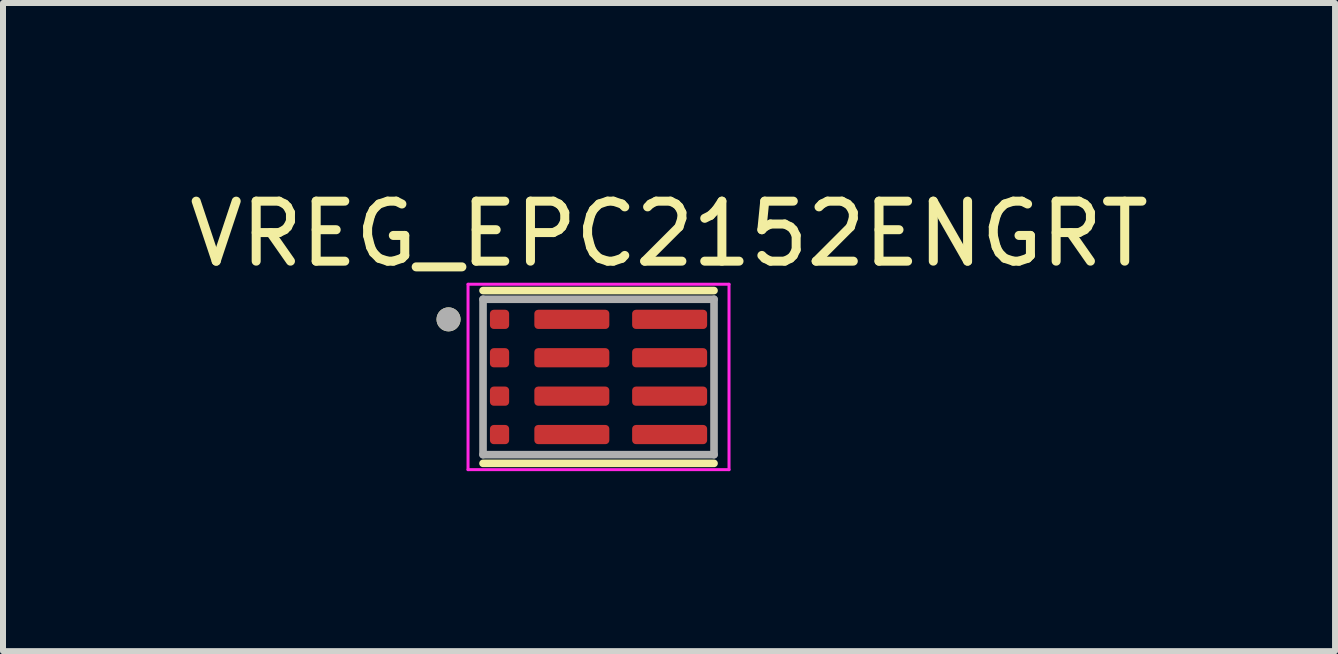
<source format=kicad_pcb>
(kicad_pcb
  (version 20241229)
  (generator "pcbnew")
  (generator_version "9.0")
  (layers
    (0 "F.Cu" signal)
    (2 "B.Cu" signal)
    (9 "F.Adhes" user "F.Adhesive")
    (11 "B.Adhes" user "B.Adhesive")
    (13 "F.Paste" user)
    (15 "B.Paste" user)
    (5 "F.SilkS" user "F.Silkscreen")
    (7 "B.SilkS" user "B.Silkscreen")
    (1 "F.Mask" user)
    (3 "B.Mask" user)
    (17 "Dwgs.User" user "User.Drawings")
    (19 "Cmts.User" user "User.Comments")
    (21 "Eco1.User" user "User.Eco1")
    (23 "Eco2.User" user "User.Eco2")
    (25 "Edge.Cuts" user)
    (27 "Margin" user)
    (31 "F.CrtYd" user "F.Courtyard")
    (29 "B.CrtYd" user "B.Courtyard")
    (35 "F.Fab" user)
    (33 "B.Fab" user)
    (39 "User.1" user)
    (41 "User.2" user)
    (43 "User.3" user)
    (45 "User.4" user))
  (footprint "VREG_EPC2152ENGRT"
    (layer "F.Cu")
    (at 6.926 3.233)
    (property "Reference" "VREG_EPC2152ENGRT" (at 1.175 -2.385 0) (layer "F.SilkS") (effects (font (size 1 1) (thickness 0.15))))
    (attr smd)
    (fp_poly (pts (xy -1.44 -1.06) (xy -1.44 -0.86) (xy -1.44 -0.854) (xy -1.441 -0.849) (xy -1.441 -0.843) (xy -1.442 -0.837) (xy -1.444 -0.832) (xy -1.445 -0.826) (xy -1.447 -0.821) (xy -1.45 -0.815) (xy -1.452 -0.81) (xy -1.455 -0.805) (xy -1.458 -0.8) (xy -1.461 -0.795) (xy -1.465 -0.791) (xy -1.468 -0.786) (xy -1.472 -0.782) (xy -1.476 -0.778) (xy -1.481 -0.775) (xy -1.485 -0.771) (xy -1.49 -0.768) (xy -1.495 -0.765) (xy -1.5 -0.762) (xy -1.505 -0.76) (xy -1.511 -0.757) (xy -1.516 -0.755) (xy -1.522 -0.754) (xy -1.527 -0.752) (xy -1.533 -0.751) (xy -1.539 -0.751) (xy -1.544 -0.75) (xy -1.55 -0.75) (xy -1.75 -0.75) (xy -1.756 -0.75) (xy -1.761 -0.751) (xy -1.767 -0.751) (xy -1.773 -0.752) (xy -1.778 -0.754) (xy -1.784 -0.755) (xy -1.789 -0.757) (xy -1.795 -0.76) (xy -1.8 -0.762) (xy -1.805 -0.765) (xy -1.81 -0.768) (xy -1.815 -0.771) (xy -1.819 -0.775) (xy -1.824 -0.778) (xy -1.828 -0.782) (xy -1.832 -0.786) (xy -1.835 -0.791) (xy -1.839 -0.795) (xy -1.842 -0.8) (xy -1.845 -0.805) (xy -1.848 -0.81) (xy -1.85 -0.815) (xy -1.853 -0.821) (xy -1.855 -0.826) (xy -1.856 -0.832) (xy -1.858 -0.837) (xy -1.859 -0.843) (xy -1.859 -0.849) (xy -1.86 -0.854) (xy -1.86 -0.86) (xy -1.86 -1.06) (xy -1.86 -1.066) (xy -1.859 -1.071) (xy -1.859 -1.077) (xy -1.858 -1.083) (xy -1.856 -1.088) (xy -1.855 -1.094) (xy -1.853 -1.099) (xy -1.85 -1.105) (xy -1.848 -1.11) (xy -1.845 -1.115) (xy -1.842 -1.12) (xy -1.839 -1.125) (xy -1.835 -1.129) (xy -1.832 -1.134) (xy -1.828 -1.138) (xy -1.824 -1.142) (xy -1.819 -1.145) (xy -1.815 -1.149) (xy -1.81 -1.152) (xy -1.805 -1.155) (xy -1.8 -1.158) (xy -1.795 -1.16) (xy -1.789 -1.163) (xy -1.784 -1.165) (xy -1.778 -1.166) (xy -1.773 -1.168) (xy -1.767 -1.169) (xy -1.761 -1.169) (xy -1.756 -1.17) (xy -1.75 -1.17) (xy -1.55 -1.17) (xy -1.544 -1.17) (xy -1.539 -1.169) (xy -1.533 -1.169) (xy -1.527 -1.168) (xy -1.522 -1.166) (xy -1.516 -1.165) (xy -1.511 -1.163) (xy -1.505 -1.16) (xy -1.5 -1.158) (xy -1.495 -1.155) (xy -1.49 -1.152) (xy -1.485 -1.149) (xy -1.481 -1.145) (xy -1.476 -1.142) (xy -1.472 -1.138) (xy -1.468 -1.134) (xy -1.465 -1.129) (xy -1.461 -1.125) (xy -1.458 -1.12) (xy -1.455 -1.115) (xy -1.452 -1.11) (xy -1.45 -1.105) (xy -1.447 -1.099) (xy -1.445 -1.094) (xy -1.444 -1.088) (xy -1.442 -1.083) (xy -1.441 -1.077) (xy -1.441 -1.071) (xy -1.44 -1.066) (xy -1.44 -1.06)) (stroke (width 0.01) (type solid)) (fill yes) (layer "F.Mask"))
    (fp_poly (pts (xy -1.44 -0.42) (xy -1.44 -0.22) (xy -1.44 -0.214) (xy -1.441 -0.209) (xy -1.441 -0.203) (xy -1.442 -0.197) (xy -1.444 -0.192) (xy -1.445 -0.186) (xy -1.447 -0.181) (xy -1.45 -0.175) (xy -1.452 -0.17) (xy -1.455 -0.165) (xy -1.458 -0.16) (xy -1.461 -0.155) (xy -1.465 -0.151) (xy -1.468 -0.146) (xy -1.472 -0.142) (xy -1.476 -0.138) (xy -1.481 -0.135) (xy -1.485 -0.131) (xy -1.49 -0.128) (xy -1.495 -0.125) (xy -1.5 -0.122) (xy -1.505 -0.12) (xy -1.511 -0.117) (xy -1.516 -0.115) (xy -1.522 -0.114) (xy -1.527 -0.112) (xy -1.533 -0.111) (xy -1.539 -0.111) (xy -1.544 -0.11) (xy -1.55 -0.11) (xy -1.75 -0.11) (xy -1.756 -0.11) (xy -1.761 -0.111) (xy -1.767 -0.111) (xy -1.773 -0.112) (xy -1.778 -0.114) (xy -1.784 -0.115) (xy -1.789 -0.117) (xy -1.795 -0.12) (xy -1.8 -0.122) (xy -1.805 -0.125) (xy -1.81 -0.128) (xy -1.815 -0.131) (xy -1.819 -0.135) (xy -1.824 -0.138) (xy -1.828 -0.142) (xy -1.832 -0.146) (xy -1.835 -0.151) (xy -1.839 -0.155) (xy -1.842 -0.16) (xy -1.845 -0.165) (xy -1.848 -0.17) (xy -1.85 -0.175) (xy -1.853 -0.181) (xy -1.855 -0.186) (xy -1.856 -0.192) (xy -1.858 -0.197) (xy -1.859 -0.203) (xy -1.859 -0.209) (xy -1.86 -0.214) (xy -1.86 -0.22) (xy -1.86 -0.42) (xy -1.86 -0.426) (xy -1.859 -0.431) (xy -1.859 -0.437) (xy -1.858 -0.443) (xy -1.856 -0.448) (xy -1.855 -0.454) (xy -1.853 -0.459) (xy -1.85 -0.465) (xy -1.848 -0.47) (xy -1.845 -0.475) (xy -1.842 -0.48) (xy -1.839 -0.485) (xy -1.835 -0.489) (xy -1.832 -0.494) (xy -1.828 -0.498) (xy -1.824 -0.502) (xy -1.819 -0.505) (xy -1.815 -0.509) (xy -1.81 -0.512) (xy -1.805 -0.515) (xy -1.8 -0.518) (xy -1.795 -0.52) (xy -1.789 -0.523) (xy -1.784 -0.525) (xy -1.778 -0.526) (xy -1.773 -0.528) (xy -1.767 -0.529) (xy -1.761 -0.529) (xy -1.756 -0.53) (xy -1.75 -0.53) (xy -1.55 -0.53) (xy -1.544 -0.53) (xy -1.539 -0.529) (xy -1.533 -0.529) (xy -1.527 -0.528) (xy -1.522 -0.526) (xy -1.516 -0.525) (xy -1.511 -0.523) (xy -1.505 -0.52) (xy -1.5 -0.518) (xy -1.495 -0.515) (xy -1.49 -0.512) (xy -1.485 -0.509) (xy -1.481 -0.505) (xy -1.476 -0.502) (xy -1.472 -0.498) (xy -1.468 -0.494) (xy -1.465 -0.489) (xy -1.461 -0.485) (xy -1.458 -0.48) (xy -1.455 -0.475) (xy -1.452 -0.47) (xy -1.45 -0.465) (xy -1.447 -0.459) (xy -1.445 -0.454) (xy -1.444 -0.448) (xy -1.442 -0.443) (xy -1.441 -0.437) (xy -1.441 -0.431) (xy -1.44 -0.426) (xy -1.44 -0.42)) (stroke (width 0.01) (type solid)) (fill yes) (layer "F.Mask"))
    (fp_poly (pts (xy -1.44 0.22) (xy -1.44 0.42) (xy -1.44 0.426) (xy -1.441 0.431) (xy -1.441 0.437) (xy -1.442 0.443) (xy -1.444 0.448) (xy -1.445 0.454) (xy -1.447 0.459) (xy -1.45 0.465) (xy -1.452 0.47) (xy -1.455 0.475) (xy -1.458 0.48) (xy -1.461 0.485) (xy -1.465 0.489) (xy -1.468 0.494) (xy -1.472 0.498) (xy -1.476 0.502) (xy -1.481 0.505) (xy -1.485 0.509) (xy -1.49 0.512) (xy -1.495 0.515) (xy -1.5 0.518) (xy -1.505 0.52) (xy -1.511 0.523) (xy -1.516 0.525) (xy -1.522 0.526) (xy -1.527 0.528) (xy -1.533 0.529) (xy -1.539 0.529) (xy -1.544 0.53) (xy -1.55 0.53) (xy -1.75 0.53) (xy -1.756 0.53) (xy -1.761 0.529) (xy -1.767 0.529) (xy -1.773 0.528) (xy -1.778 0.526) (xy -1.784 0.525) (xy -1.789 0.523) (xy -1.795 0.52) (xy -1.8 0.518) (xy -1.805 0.515) (xy -1.81 0.512) (xy -1.815 0.509) (xy -1.819 0.505) (xy -1.824 0.502) (xy -1.828 0.498) (xy -1.832 0.494) (xy -1.835 0.489) (xy -1.839 0.485) (xy -1.842 0.48) (xy -1.845 0.475) (xy -1.848 0.47) (xy -1.85 0.465) (xy -1.853 0.459) (xy -1.855 0.454) (xy -1.856 0.448) (xy -1.858 0.443) (xy -1.859 0.437) (xy -1.859 0.431) (xy -1.86 0.426) (xy -1.86 0.42) (xy -1.86 0.22) (xy -1.86 0.214) (xy -1.859 0.209) (xy -1.859 0.203) (xy -1.858 0.197) (xy -1.856 0.192) (xy -1.855 0.186) (xy -1.853 0.181) (xy -1.85 0.175) (xy -1.848 0.17) (xy -1.845 0.165) (xy -1.842 0.16) (xy -1.839 0.155) (xy -1.835 0.151) (xy -1.832 0.146) (xy -1.828 0.142) (xy -1.824 0.138) (xy -1.819 0.135) (xy -1.815 0.131) (xy -1.81 0.128) (xy -1.805 0.125) (xy -1.8 0.122) (xy -1.795 0.12) (xy -1.789 0.117) (xy -1.784 0.115) (xy -1.778 0.114) (xy -1.773 0.112) (xy -1.767 0.111) (xy -1.761 0.111) (xy -1.756 0.11) (xy -1.75 0.11) (xy -1.55 0.11) (xy -1.544 0.11) (xy -1.539 0.111) (xy -1.533 0.111) (xy -1.527 0.112) (xy -1.522 0.114) (xy -1.516 0.115) (xy -1.511 0.117) (xy -1.505 0.12) (xy -1.5 0.122) (xy -1.495 0.125) (xy -1.49 0.128) (xy -1.485 0.131) (xy -1.481 0.135) (xy -1.476 0.138) (xy -1.472 0.142) (xy -1.468 0.146) (xy -1.465 0.151) (xy -1.461 0.155) (xy -1.458 0.16) (xy -1.455 0.165) (xy -1.452 0.17) (xy -1.45 0.175) (xy -1.447 0.181) (xy -1.445 0.186) (xy -1.444 0.192) (xy -1.442 0.197) (xy -1.441 0.203) (xy -1.441 0.209) (xy -1.44 0.214) (xy -1.44 0.22)) (stroke (width 0.01) (type solid)) (fill yes) (layer "F.Mask"))
    (fp_poly (pts (xy -1.44 0.86) (xy -1.44 1.06) (xy -1.44 1.066) (xy -1.441 1.071) (xy -1.441 1.077) (xy -1.442 1.083) (xy -1.444 1.088) (xy -1.445 1.094) (xy -1.447 1.099) (xy -1.45 1.105) (xy -1.452 1.11) (xy -1.455 1.115) (xy -1.458 1.12) (xy -1.461 1.125) (xy -1.465 1.129) (xy -1.468 1.134) (xy -1.472 1.138) (xy -1.476 1.142) (xy -1.481 1.145) (xy -1.485 1.149) (xy -1.49 1.152) (xy -1.495 1.155) (xy -1.5 1.158) (xy -1.505 1.16) (xy -1.511 1.163) (xy -1.516 1.165) (xy -1.522 1.166) (xy -1.527 1.168) (xy -1.533 1.169) (xy -1.539 1.169) (xy -1.544 1.17) (xy -1.55 1.17) (xy -1.75 1.17) (xy -1.756 1.17) (xy -1.761 1.169) (xy -1.767 1.169) (xy -1.773 1.168) (xy -1.778 1.166) (xy -1.784 1.165) (xy -1.789 1.163) (xy -1.795 1.16) (xy -1.8 1.158) (xy -1.805 1.155) (xy -1.81 1.152) (xy -1.815 1.149) (xy -1.819 1.145) (xy -1.824 1.142) (xy -1.828 1.138) (xy -1.832 1.134) (xy -1.835 1.129) (xy -1.839 1.125) (xy -1.842 1.12) (xy -1.845 1.115) (xy -1.848 1.11) (xy -1.85 1.105) (xy -1.853 1.099) (xy -1.855 1.094) (xy -1.856 1.088) (xy -1.858 1.083) (xy -1.859 1.077) (xy -1.859 1.071) (xy -1.86 1.066) (xy -1.86 1.06) (xy -1.86 0.86) (xy -1.86 0.854) (xy -1.859 0.849) (xy -1.859 0.843) (xy -1.858 0.837) (xy -1.856 0.832) (xy -1.855 0.826) (xy -1.853 0.821) (xy -1.85 0.815) (xy -1.848 0.81) (xy -1.845 0.805) (xy -1.842 0.8) (xy -1.839 0.795) (xy -1.835 0.791) (xy -1.832 0.786) (xy -1.828 0.782) (xy -1.824 0.778) (xy -1.819 0.775) (xy -1.815 0.771) (xy -1.81 0.768) (xy -1.805 0.765) (xy -1.8 0.762) (xy -1.795 0.76) (xy -1.789 0.757) (xy -1.784 0.755) (xy -1.778 0.754) (xy -1.773 0.752) (xy -1.767 0.751) (xy -1.761 0.751) (xy -1.756 0.75) (xy -1.75 0.75) (xy -1.55 0.75) (xy -1.544 0.75) (xy -1.539 0.751) (xy -1.533 0.751) (xy -1.527 0.752) (xy -1.522 0.754) (xy -1.516 0.755) (xy -1.511 0.757) (xy -1.505 0.76) (xy -1.5 0.762) (xy -1.495 0.765) (xy -1.49 0.768) (xy -1.485 0.771) (xy -1.481 0.775) (xy -1.476 0.778) (xy -1.472 0.782) (xy -1.468 0.786) (xy -1.465 0.791) (xy -1.461 0.795) (xy -1.458 0.8) (xy -1.455 0.805) (xy -1.452 0.81) (xy -1.45 0.815) (xy -1.447 0.821) (xy -1.445 0.826) (xy -1.444 0.832) (xy -1.442 0.837) (xy -1.441 0.843) (xy -1.441 0.849) (xy -1.44 0.854) (xy -1.44 0.86)) (stroke (width 0.01) (type solid)) (fill yes) (layer "F.Mask"))
    (fp_poly (pts (xy -1.01 -1.17) (xy 0.12 -1.17) (xy 0.126 -1.17) (xy 0.131 -1.169) (xy 0.137 -1.169) (xy 0.143 -1.168) (xy 0.148 -1.166) (xy 0.154 -1.165) (xy 0.159 -1.163) (xy 0.165 -1.16) (xy 0.17 -1.158) (xy 0.175 -1.155) (xy 0.18 -1.152) (xy 0.185 -1.149) (xy 0.189 -1.145) (xy 0.194 -1.142) (xy 0.198 -1.138) (xy 0.202 -1.134) (xy 0.205 -1.129) (xy 0.209 -1.125) (xy 0.212 -1.12) (xy 0.215 -1.115) (xy 0.218 -1.11) (xy 0.22 -1.105) (xy 0.223 -1.099) (xy 0.225 -1.094) (xy 0.226 -1.088) (xy 0.228 -1.083) (xy 0.229 -1.077) (xy 0.229 -1.071) (xy 0.23 -1.066) (xy 0.23 -1.06) (xy 0.23 -0.86) (xy 0.23 -0.854) (xy 0.229 -0.849) (xy 0.229 -0.843) (xy 0.228 -0.837) (xy 0.226 -0.832) (xy 0.225 -0.826) (xy 0.223 -0.821) (xy 0.22 -0.815) (xy 0.218 -0.81) (xy 0.215 -0.805) (xy 0.212 -0.8) (xy 0.209 -0.795) (xy 0.205 -0.791) (xy 0.202 -0.786) (xy 0.198 -0.782) (xy 0.194 -0.778) (xy 0.189 -0.775) (xy 0.185 -0.771) (xy 0.18 -0.768) (xy 0.175 -0.765) (xy 0.17 -0.762) (xy 0.165 -0.76) (xy 0.159 -0.757) (xy 0.154 -0.755) (xy 0.148 -0.754) (xy 0.143 -0.752) (xy 0.137 -0.751) (xy 0.131 -0.751) (xy 0.126 -0.75) (xy 0.12 -0.75) (xy -1.01 -0.75) (xy -1.016 -0.75) (xy -1.021 -0.751) (xy -1.027 -0.751) (xy -1.033 -0.752) (xy -1.038 -0.754) (xy -1.044 -0.755) (xy -1.049 -0.757) (xy -1.055 -0.76) (xy -1.06 -0.762) (xy -1.065 -0.765) (xy -1.07 -0.768) (xy -1.075 -0.771) (xy -1.079 -0.775) (xy -1.084 -0.778) (xy -1.088 -0.782) (xy -1.092 -0.786) (xy -1.095 -0.791) (xy -1.099 -0.795) (xy -1.102 -0.8) (xy -1.105 -0.805) (xy -1.108 -0.81) (xy -1.11 -0.815) (xy -1.113 -0.821) (xy -1.115 -0.826) (xy -1.116 -0.832) (xy -1.118 -0.837) (xy -1.119 -0.843) (xy -1.119 -0.849) (xy -1.12 -0.854) (xy -1.12 -0.86) (xy -1.12 -1.06) (xy -1.12 -1.066) (xy -1.119 -1.071) (xy -1.119 -1.077) (xy -1.118 -1.083) (xy -1.116 -1.088) (xy -1.115 -1.094) (xy -1.113 -1.099) (xy -1.11 -1.105) (xy -1.108 -1.11) (xy -1.105 -1.115) (xy -1.102 -1.12) (xy -1.099 -1.125) (xy -1.095 -1.129) (xy -1.092 -1.134) (xy -1.088 -1.138) (xy -1.084 -1.142) (xy -1.079 -1.145) (xy -1.075 -1.149) (xy -1.07 -1.152) (xy -1.065 -1.155) (xy -1.06 -1.158) (xy -1.055 -1.16) (xy -1.049 -1.163) (xy -1.044 -1.165) (xy -1.038 -1.166) (xy -1.033 -1.168) (xy -1.027 -1.169) (xy -1.021 -1.169) (xy -1.016 -1.17) (xy -1.01 -1.17)) (stroke (width 0.01) (type solid)) (fill yes) (layer "F.Mask"))
    (fp_poly (pts (xy -1.01 -0.53) (xy 0.12 -0.53) (xy 0.126 -0.53) (xy 0.131 -0.529) (xy 0.137 -0.529) (xy 0.143 -0.528) (xy 0.148 -0.526) (xy 0.154 -0.525) (xy 0.159 -0.523) (xy 0.165 -0.52) (xy 0.17 -0.518) (xy 0.175 -0.515) (xy 0.18 -0.512) (xy 0.185 -0.509) (xy 0.189 -0.505) (xy 0.194 -0.502) (xy 0.198 -0.498) (xy 0.202 -0.494) (xy 0.205 -0.489) (xy 0.209 -0.485) (xy 0.212 -0.48) (xy 0.215 -0.475) (xy 0.218 -0.47) (xy 0.22 -0.465) (xy 0.223 -0.459) (xy 0.225 -0.454) (xy 0.226 -0.448) (xy 0.228 -0.443) (xy 0.229 -0.437) (xy 0.229 -0.431) (xy 0.23 -0.426) (xy 0.23 -0.42) (xy 0.23 -0.22) (xy 0.23 -0.214) (xy 0.229 -0.209) (xy 0.229 -0.203) (xy 0.228 -0.197) (xy 0.226 -0.192) (xy 0.225 -0.186) (xy 0.223 -0.181) (xy 0.22 -0.175) (xy 0.218 -0.17) (xy 0.215 -0.165) (xy 0.212 -0.16) (xy 0.209 -0.155) (xy 0.205 -0.151) (xy 0.202 -0.146) (xy 0.198 -0.142) (xy 0.194 -0.138) (xy 0.189 -0.135) (xy 0.185 -0.131) (xy 0.18 -0.128) (xy 0.175 -0.125) (xy 0.17 -0.122) (xy 0.165 -0.12) (xy 0.159 -0.117) (xy 0.154 -0.115) (xy 0.148 -0.114) (xy 0.143 -0.112) (xy 0.137 -0.111) (xy 0.131 -0.111) (xy 0.126 -0.11) (xy 0.12 -0.11) (xy -1.01 -0.11) (xy -1.016 -0.11) (xy -1.021 -0.111) (xy -1.027 -0.111) (xy -1.033 -0.112) (xy -1.038 -0.114) (xy -1.044 -0.115) (xy -1.049 -0.117) (xy -1.055 -0.12) (xy -1.06 -0.122) (xy -1.065 -0.125) (xy -1.07 -0.128) (xy -1.075 -0.131) (xy -1.079 -0.135) (xy -1.084 -0.138) (xy -1.088 -0.142) (xy -1.092 -0.146) (xy -1.095 -0.151) (xy -1.099 -0.155) (xy -1.102 -0.16) (xy -1.105 -0.165) (xy -1.108 -0.17) (xy -1.11 -0.175) (xy -1.113 -0.181) (xy -1.115 -0.186) (xy -1.116 -0.192) (xy -1.118 -0.197) (xy -1.119 -0.203) (xy -1.119 -0.209) (xy -1.12 -0.214) (xy -1.12 -0.22) (xy -1.12 -0.42) (xy -1.12 -0.426) (xy -1.119 -0.431) (xy -1.119 -0.437) (xy -1.118 -0.443) (xy -1.116 -0.448) (xy -1.115 -0.454) (xy -1.113 -0.459) (xy -1.11 -0.465) (xy -1.108 -0.47) (xy -1.105 -0.475) (xy -1.102 -0.48) (xy -1.099 -0.485) (xy -1.095 -0.489) (xy -1.092 -0.494) (xy -1.088 -0.498) (xy -1.084 -0.502) (xy -1.079 -0.505) (xy -1.075 -0.509) (xy -1.07 -0.512) (xy -1.065 -0.515) (xy -1.06 -0.518) (xy -1.055 -0.52) (xy -1.049 -0.523) (xy -1.044 -0.525) (xy -1.038 -0.526) (xy -1.033 -0.528) (xy -1.027 -0.529) (xy -1.021 -0.529) (xy -1.016 -0.53) (xy -1.01 -0.53)) (stroke (width 0.01) (type solid)) (fill yes) (layer "F.Mask"))
    (fp_poly (pts (xy -1.01 0.11) (xy 0.12 0.11) (xy 0.126 0.11) (xy 0.131 0.111) (xy 0.137 0.111) (xy 0.143 0.112) (xy 0.148 0.114) (xy 0.154 0.115) (xy 0.159 0.117) (xy 0.165 0.12) (xy 0.17 0.122) (xy 0.175 0.125) (xy 0.18 0.128) (xy 0.185 0.131) (xy 0.189 0.135) (xy 0.194 0.138) (xy 0.198 0.142) (xy 0.202 0.146) (xy 0.205 0.151) (xy 0.209 0.155) (xy 0.212 0.16) (xy 0.215 0.165) (xy 0.218 0.17) (xy 0.22 0.175) (xy 0.223 0.181) (xy 0.225 0.186) (xy 0.226 0.192) (xy 0.228 0.197) (xy 0.229 0.203) (xy 0.229 0.209) (xy 0.23 0.214) (xy 0.23 0.22) (xy 0.23 0.42) (xy 0.23 0.426) (xy 0.229 0.431) (xy 0.229 0.437) (xy 0.228 0.443) (xy 0.226 0.448) (xy 0.225 0.454) (xy 0.223 0.459) (xy 0.22 0.465) (xy 0.218 0.47) (xy 0.215 0.475) (xy 0.212 0.48) (xy 0.209 0.485) (xy 0.205 0.489) (xy 0.202 0.494) (xy 0.198 0.498) (xy 0.194 0.502) (xy 0.189 0.505) (xy 0.185 0.509) (xy 0.18 0.512) (xy 0.175 0.515) (xy 0.17 0.518) (xy 0.165 0.52) (xy 0.159 0.523) (xy 0.154 0.525) (xy 0.148 0.526) (xy 0.143 0.528) (xy 0.137 0.529) (xy 0.131 0.529) (xy 0.126 0.53) (xy 0.12 0.53) (xy -1.01 0.53) (xy -1.016 0.53) (xy -1.021 0.529) (xy -1.027 0.529) (xy -1.033 0.528) (xy -1.038 0.526) (xy -1.044 0.525) (xy -1.049 0.523) (xy -1.055 0.52) (xy -1.06 0.518) (xy -1.065 0.515) (xy -1.07 0.512) (xy -1.075 0.509) (xy -1.079 0.505) (xy -1.084 0.502) (xy -1.088 0.498) (xy -1.092 0.494) (xy -1.095 0.489) (xy -1.099 0.485) (xy -1.102 0.48) (xy -1.105 0.475) (xy -1.108 0.47) (xy -1.11 0.465) (xy -1.113 0.459) (xy -1.115 0.454) (xy -1.116 0.448) (xy -1.118 0.443) (xy -1.119 0.437) (xy -1.119 0.431) (xy -1.12 0.426) (xy -1.12 0.42) (xy -1.12 0.22) (xy -1.12 0.214) (xy -1.119 0.209) (xy -1.119 0.203) (xy -1.118 0.197) (xy -1.116 0.192) (xy -1.115 0.186) (xy -1.113 0.181) (xy -1.11 0.175) (xy -1.108 0.17) (xy -1.105 0.165) (xy -1.102 0.16) (xy -1.099 0.155) (xy -1.095 0.151) (xy -1.092 0.146) (xy -1.088 0.142) (xy -1.084 0.138) (xy -1.079 0.135) (xy -1.075 0.131) (xy -1.07 0.128) (xy -1.065 0.125) (xy -1.06 0.122) (xy -1.055 0.12) (xy -1.049 0.117) (xy -1.044 0.115) (xy -1.038 0.114) (xy -1.033 0.112) (xy -1.027 0.111) (xy -1.021 0.111) (xy -1.016 0.11) (xy -1.01 0.11)) (stroke (width 0.01) (type solid)) (fill yes) (layer "F.Mask"))
    (fp_poly (pts (xy -1.01 0.75) (xy 0.12 0.75) (xy 0.126 0.75) (xy 0.131 0.751) (xy 0.137 0.751) (xy 0.143 0.752) (xy 0.148 0.754) (xy 0.154 0.755) (xy 0.159 0.757) (xy 0.165 0.76) (xy 0.17 0.762) (xy 0.175 0.765) (xy 0.18 0.768) (xy 0.185 0.771) (xy 0.189 0.775) (xy 0.194 0.778) (xy 0.198 0.782) (xy 0.202 0.786) (xy 0.205 0.791) (xy 0.209 0.795) (xy 0.212 0.8) (xy 0.215 0.805) (xy 0.218 0.81) (xy 0.22 0.815) (xy 0.223 0.821) (xy 0.225 0.826) (xy 0.226 0.832) (xy 0.228 0.837) (xy 0.229 0.843) (xy 0.229 0.849) (xy 0.23 0.854) (xy 0.23 0.86) (xy 0.23 1.06) (xy 0.23 1.066) (xy 0.229 1.071) (xy 0.229 1.077) (xy 0.228 1.083) (xy 0.226 1.088) (xy 0.225 1.094) (xy 0.223 1.099) (xy 0.22 1.105) (xy 0.218 1.11) (xy 0.215 1.115) (xy 0.212 1.12) (xy 0.209 1.125) (xy 0.205 1.129) (xy 0.202 1.134) (xy 0.198 1.138) (xy 0.194 1.142) (xy 0.189 1.145) (xy 0.185 1.149) (xy 0.18 1.152) (xy 0.175 1.155) (xy 0.17 1.158) (xy 0.165 1.16) (xy 0.159 1.163) (xy 0.154 1.165) (xy 0.148 1.166) (xy 0.143 1.168) (xy 0.137 1.169) (xy 0.131 1.169) (xy 0.126 1.17) (xy 0.12 1.17) (xy -1.01 1.17) (xy -1.016 1.17) (xy -1.021 1.169) (xy -1.027 1.169) (xy -1.033 1.168) (xy -1.038 1.166) (xy -1.044 1.165) (xy -1.049 1.163) (xy -1.055 1.16) (xy -1.06 1.158) (xy -1.065 1.155) (xy -1.07 1.152) (xy -1.075 1.149) (xy -1.079 1.145) (xy -1.084 1.142) (xy -1.088 1.138) (xy -1.092 1.134) (xy -1.095 1.129) (xy -1.099 1.125) (xy -1.102 1.12) (xy -1.105 1.115) (xy -1.108 1.11) (xy -1.11 1.105) (xy -1.113 1.099) (xy -1.115 1.094) (xy -1.116 1.088) (xy -1.118 1.083) (xy -1.119 1.077) (xy -1.119 1.071) (xy -1.12 1.066) (xy -1.12 1.06) (xy -1.12 0.86) (xy -1.12 0.854) (xy -1.119 0.849) (xy -1.119 0.843) (xy -1.118 0.837) (xy -1.116 0.832) (xy -1.115 0.826) (xy -1.113 0.821) (xy -1.11 0.815) (xy -1.108 0.81) (xy -1.105 0.805) (xy -1.102 0.8) (xy -1.099 0.795) (xy -1.095 0.791) (xy -1.092 0.786) (xy -1.088 0.782) (xy -1.084 0.778) (xy -1.079 0.775) (xy -1.075 0.771) (xy -1.07 0.768) (xy -1.065 0.765) (xy -1.06 0.762) (xy -1.055 0.76) (xy -1.049 0.757) (xy -1.044 0.755) (xy -1.038 0.754) (xy -1.033 0.752) (xy -1.027 0.751) (xy -1.021 0.751) (xy -1.016 0.75) (xy -1.01 0.75)) (stroke (width 0.01) (type solid)) (fill yes) (layer "F.Mask"))
    (fp_poly (pts (xy 0.62 -1.17) (xy 1.75 -1.17) (xy 1.756 -1.17) (xy 1.761 -1.169) (xy 1.767 -1.169) (xy 1.773 -1.168) (xy 1.778 -1.166) (xy 1.784 -1.165) (xy 1.789 -1.163) (xy 1.795 -1.16) (xy 1.8 -1.158) (xy 1.805 -1.155) (xy 1.81 -1.152) (xy 1.815 -1.149) (xy 1.819 -1.145) (xy 1.824 -1.142) (xy 1.828 -1.138) (xy 1.832 -1.134) (xy 1.835 -1.129) (xy 1.839 -1.125) (xy 1.842 -1.12) (xy 1.845 -1.115) (xy 1.848 -1.11) (xy 1.85 -1.105) (xy 1.853 -1.099) (xy 1.855 -1.094) (xy 1.856 -1.088) (xy 1.858 -1.083) (xy 1.859 -1.077) (xy 1.859 -1.071) (xy 1.86 -1.066) (xy 1.86 -1.06) (xy 1.86 -0.86) (xy 1.86 -0.854) (xy 1.859 -0.849) (xy 1.859 -0.843) (xy 1.858 -0.837) (xy 1.856 -0.832) (xy 1.855 -0.826) (xy 1.853 -0.821) (xy 1.85 -0.815) (xy 1.848 -0.81) (xy 1.845 -0.805) (xy 1.842 -0.8) (xy 1.839 -0.795) (xy 1.835 -0.791) (xy 1.832 -0.786) (xy 1.828 -0.782) (xy 1.824 -0.778) (xy 1.819 -0.775) (xy 1.815 -0.771) (xy 1.81 -0.768) (xy 1.805 -0.765) (xy 1.8 -0.762) (xy 1.795 -0.76) (xy 1.789 -0.757) (xy 1.784 -0.755) (xy 1.778 -0.754) (xy 1.773 -0.752) (xy 1.767 -0.751) (xy 1.761 -0.751) (xy 1.756 -0.75) (xy 1.75 -0.75) (xy 0.62 -0.75) (xy 0.614 -0.75) (xy 0.609 -0.751) (xy 0.603 -0.751) (xy 0.597 -0.752) (xy 0.592 -0.754) (xy 0.586 -0.755) (xy 0.581 -0.757) (xy 0.575 -0.76) (xy 0.57 -0.762) (xy 0.565 -0.765) (xy 0.56 -0.768) (xy 0.555 -0.771) (xy 0.551 -0.775) (xy 0.546 -0.778) (xy 0.542 -0.782) (xy 0.538 -0.786) (xy 0.535 -0.791) (xy 0.531 -0.795) (xy 0.528 -0.8) (xy 0.525 -0.805) (xy 0.522 -0.81) (xy 0.52 -0.815) (xy 0.517 -0.821) (xy 0.515 -0.826) (xy 0.514 -0.832) (xy 0.512 -0.837) (xy 0.511 -0.843) (xy 0.511 -0.849) (xy 0.51 -0.854) (xy 0.51 -0.86) (xy 0.51 -1.06) (xy 0.51 -1.066) (xy 0.511 -1.071) (xy 0.511 -1.077) (xy 0.512 -1.083) (xy 0.514 -1.088) (xy 0.515 -1.094) (xy 0.517 -1.099) (xy 0.52 -1.105) (xy 0.522 -1.11) (xy 0.525 -1.115) (xy 0.528 -1.12) (xy 0.531 -1.125) (xy 0.535 -1.129) (xy 0.538 -1.134) (xy 0.542 -1.138) (xy 0.546 -1.142) (xy 0.551 -1.145) (xy 0.555 -1.149) (xy 0.56 -1.152) (xy 0.565 -1.155) (xy 0.57 -1.158) (xy 0.575 -1.16) (xy 0.581 -1.163) (xy 0.586 -1.165) (xy 0.592 -1.166) (xy 0.597 -1.168) (xy 0.603 -1.169) (xy 0.609 -1.169) (xy 0.614 -1.17) (xy 0.62 -1.17)) (stroke (width 0.01) (type solid)) (fill yes) (layer "F.Mask"))
    (fp_poly (pts (xy 0.62 -0.53) (xy 1.75 -0.53) (xy 1.756 -0.53) (xy 1.761 -0.529) (xy 1.767 -0.529) (xy 1.773 -0.528) (xy 1.778 -0.526) (xy 1.784 -0.525) (xy 1.789 -0.523) (xy 1.795 -0.52) (xy 1.8 -0.518) (xy 1.805 -0.515) (xy 1.81 -0.512) (xy 1.815 -0.509) (xy 1.819 -0.505) (xy 1.824 -0.502) (xy 1.828 -0.498) (xy 1.832 -0.494) (xy 1.835 -0.489) (xy 1.839 -0.485) (xy 1.842 -0.48) (xy 1.845 -0.475) (xy 1.848 -0.47) (xy 1.85 -0.465) (xy 1.853 -0.459) (xy 1.855 -0.454) (xy 1.856 -0.448) (xy 1.858 -0.443) (xy 1.859 -0.437) (xy 1.859 -0.431) (xy 1.86 -0.426) (xy 1.86 -0.42) (xy 1.86 -0.22) (xy 1.86 -0.214) (xy 1.859 -0.209) (xy 1.859 -0.203) (xy 1.858 -0.197) (xy 1.856 -0.192) (xy 1.855 -0.186) (xy 1.853 -0.181) (xy 1.85 -0.175) (xy 1.848 -0.17) (xy 1.845 -0.165) (xy 1.842 -0.16) (xy 1.839 -0.155) (xy 1.835 -0.151) (xy 1.832 -0.146) (xy 1.828 -0.142) (xy 1.824 -0.138) (xy 1.819 -0.135) (xy 1.815 -0.131) (xy 1.81 -0.128) (xy 1.805 -0.125) (xy 1.8 -0.122) (xy 1.795 -0.12) (xy 1.789 -0.117) (xy 1.784 -0.115) (xy 1.778 -0.114) (xy 1.773 -0.112) (xy 1.767 -0.111) (xy 1.761 -0.111) (xy 1.756 -0.11) (xy 1.75 -0.11) (xy 0.62 -0.11) (xy 0.614 -0.11) (xy 0.609 -0.111) (xy 0.603 -0.111) (xy 0.597 -0.112) (xy 0.592 -0.114) (xy 0.586 -0.115) (xy 0.581 -0.117) (xy 0.575 -0.12) (xy 0.57 -0.122) (xy 0.565 -0.125) (xy 0.56 -0.128) (xy 0.555 -0.131) (xy 0.551 -0.135) (xy 0.546 -0.138) (xy 0.542 -0.142) (xy 0.538 -0.146) (xy 0.535 -0.151) (xy 0.531 -0.155) (xy 0.528 -0.16) (xy 0.525 -0.165) (xy 0.522 -0.17) (xy 0.52 -0.175) (xy 0.517 -0.181) (xy 0.515 -0.186) (xy 0.514 -0.192) (xy 0.512 -0.197) (xy 0.511 -0.203) (xy 0.511 -0.209) (xy 0.51 -0.214) (xy 0.51 -0.22) (xy 0.51 -0.42) (xy 0.51 -0.426) (xy 0.511 -0.431) (xy 0.511 -0.437) (xy 0.512 -0.443) (xy 0.514 -0.448) (xy 0.515 -0.454) (xy 0.517 -0.459) (xy 0.52 -0.465) (xy 0.522 -0.47) (xy 0.525 -0.475) (xy 0.528 -0.48) (xy 0.531 -0.485) (xy 0.535 -0.489) (xy 0.538 -0.494) (xy 0.542 -0.498) (xy 0.546 -0.502) (xy 0.551 -0.505) (xy 0.555 -0.509) (xy 0.56 -0.512) (xy 0.565 -0.515) (xy 0.57 -0.518) (xy 0.575 -0.52) (xy 0.581 -0.523) (xy 0.586 -0.525) (xy 0.592 -0.526) (xy 0.597 -0.528) (xy 0.603 -0.529) (xy 0.609 -0.529) (xy 0.614 -0.53) (xy 0.62 -0.53)) (stroke (width 0.01) (type solid)) (fill yes) (layer "F.Mask"))
    (fp_poly (pts (xy 0.62 0.11) (xy 1.75 0.11) (xy 1.756 0.11) (xy 1.761 0.111) (xy 1.767 0.111) (xy 1.773 0.112) (xy 1.778 0.114) (xy 1.784 0.115) (xy 1.789 0.117) (xy 1.795 0.12) (xy 1.8 0.122) (xy 1.805 0.125) (xy 1.81 0.128) (xy 1.815 0.131) (xy 1.819 0.135) (xy 1.824 0.138) (xy 1.828 0.142) (xy 1.832 0.146) (xy 1.835 0.151) (xy 1.839 0.155) (xy 1.842 0.16) (xy 1.845 0.165) (xy 1.848 0.17) (xy 1.85 0.175) (xy 1.853 0.181) (xy 1.855 0.186) (xy 1.856 0.192) (xy 1.858 0.197) (xy 1.859 0.203) (xy 1.859 0.209) (xy 1.86 0.214) (xy 1.86 0.22) (xy 1.86 0.42) (xy 1.86 0.426) (xy 1.859 0.431) (xy 1.859 0.437) (xy 1.858 0.443) (xy 1.856 0.448) (xy 1.855 0.454) (xy 1.853 0.459) (xy 1.85 0.465) (xy 1.848 0.47) (xy 1.845 0.475) (xy 1.842 0.48) (xy 1.839 0.485) (xy 1.835 0.489) (xy 1.832 0.494) (xy 1.828 0.498) (xy 1.824 0.502) (xy 1.819 0.505) (xy 1.815 0.509) (xy 1.81 0.512) (xy 1.805 0.515) (xy 1.8 0.518) (xy 1.795 0.52) (xy 1.789 0.523) (xy 1.784 0.525) (xy 1.778 0.526) (xy 1.773 0.528) (xy 1.767 0.529) (xy 1.761 0.529) (xy 1.756 0.53) (xy 1.75 0.53) (xy 0.62 0.53) (xy 0.614 0.53) (xy 0.609 0.529) (xy 0.603 0.529) (xy 0.597 0.528) (xy 0.592 0.526) (xy 0.586 0.525) (xy 0.581 0.523) (xy 0.575 0.52) (xy 0.57 0.518) (xy 0.565 0.515) (xy 0.56 0.512) (xy 0.555 0.509) (xy 0.551 0.505) (xy 0.546 0.502) (xy 0.542 0.498) (xy 0.538 0.494) (xy 0.535 0.489) (xy 0.531 0.485) (xy 0.528 0.48) (xy 0.525 0.475) (xy 0.522 0.47) (xy 0.52 0.465) (xy 0.517 0.459) (xy 0.515 0.454) (xy 0.514 0.448) (xy 0.512 0.443) (xy 0.511 0.437) (xy 0.511 0.431) (xy 0.51 0.426) (xy 0.51 0.42) (xy 0.51 0.22) (xy 0.51 0.214) (xy 0.511 0.209) (xy 0.511 0.203) (xy 0.512 0.197) (xy 0.514 0.192) (xy 0.515 0.186) (xy 0.517 0.181) (xy 0.52 0.175) (xy 0.522 0.17) (xy 0.525 0.165) (xy 0.528 0.16) (xy 0.531 0.155) (xy 0.535 0.151) (xy 0.538 0.146) (xy 0.542 0.142) (xy 0.546 0.138) (xy 0.551 0.135) (xy 0.555 0.131) (xy 0.56 0.128) (xy 0.565 0.125) (xy 0.57 0.122) (xy 0.575 0.12) (xy 0.581 0.117) (xy 0.586 0.115) (xy 0.592 0.114) (xy 0.597 0.112) (xy 0.603 0.111) (xy 0.609 0.111) (xy 0.614 0.11) (xy 0.62 0.11)) (stroke (width 0.01) (type solid)) (fill yes) (layer "F.Mask"))
    (fp_poly (pts (xy 0.62 0.75) (xy 1.75 0.75) (xy 1.756 0.75) (xy 1.761 0.751) (xy 1.767 0.751) (xy 1.773 0.752) (xy 1.778 0.754) (xy 1.784 0.755) (xy 1.789 0.757) (xy 1.795 0.76) (xy 1.8 0.762) (xy 1.805 0.765) (xy 1.81 0.768) (xy 1.815 0.771) (xy 1.819 0.775) (xy 1.824 0.778) (xy 1.828 0.782) (xy 1.832 0.786) (xy 1.835 0.791) (xy 1.839 0.795) (xy 1.842 0.8) (xy 1.845 0.805) (xy 1.848 0.81) (xy 1.85 0.815) (xy 1.853 0.821) (xy 1.855 0.826) (xy 1.856 0.832) (xy 1.858 0.837) (xy 1.859 0.843) (xy 1.859 0.849) (xy 1.86 0.854) (xy 1.86 0.86) (xy 1.86 1.06) (xy 1.86 1.066) (xy 1.859 1.071) (xy 1.859 1.077) (xy 1.858 1.083) (xy 1.856 1.088) (xy 1.855 1.094) (xy 1.853 1.099) (xy 1.85 1.105) (xy 1.848 1.11) (xy 1.845 1.115) (xy 1.842 1.12) (xy 1.839 1.125) (xy 1.835 1.129) (xy 1.832 1.134) (xy 1.828 1.138) (xy 1.824 1.142) (xy 1.819 1.145) (xy 1.815 1.149) (xy 1.81 1.152) (xy 1.805 1.155) (xy 1.8 1.158) (xy 1.795 1.16) (xy 1.789 1.163) (xy 1.784 1.165) (xy 1.778 1.166) (xy 1.773 1.168) (xy 1.767 1.169) (xy 1.761 1.169) (xy 1.756 1.17) (xy 1.75 1.17) (xy 0.62 1.17) (xy 0.614 1.17) (xy 0.609 1.169) (xy 0.603 1.169) (xy 0.597 1.168) (xy 0.592 1.166) (xy 0.586 1.165) (xy 0.581 1.163) (xy 0.575 1.16) (xy 0.57 1.158) (xy 0.565 1.155) (xy 0.56 1.152) (xy 0.555 1.149) (xy 0.551 1.145) (xy 0.546 1.142) (xy 0.542 1.138) (xy 0.538 1.134) (xy 0.535 1.129) (xy 0.531 1.125) (xy 0.528 1.12) (xy 0.525 1.115) (xy 0.522 1.11) (xy 0.52 1.105) (xy 0.517 1.099) (xy 0.515 1.094) (xy 0.514 1.088) (xy 0.512 1.083) (xy 0.511 1.077) (xy 0.511 1.071) (xy 0.51 1.066) (xy 0.51 1.06) (xy 0.51 0.86) (xy 0.51 0.854) (xy 0.511 0.849) (xy 0.511 0.843) (xy 0.512 0.837) (xy 0.514 0.832) (xy 0.515 0.826) (xy 0.517 0.821) (xy 0.52 0.815) (xy 0.522 0.81) (xy 0.525 0.805) (xy 0.528 0.8) (xy 0.531 0.795) (xy 0.535 0.791) (xy 0.538 0.786) (xy 0.542 0.782) (xy 0.546 0.778) (xy 0.551 0.775) (xy 0.555 0.771) (xy 0.56 0.768) (xy 0.565 0.765) (xy 0.57 0.762) (xy 0.575 0.76) (xy 0.581 0.757) (xy 0.586 0.755) (xy 0.592 0.754) (xy 0.597 0.752) (xy 0.603 0.751) (xy 0.609 0.751) (xy 0.614 0.75) (xy 0.62 0.75)) (stroke (width 0.01) (type solid)) (fill yes) (layer "F.Mask"))
    (fp_line (start -1.925 -1.44) (end 1.925 -1.44) (stroke (width 0.127) (type solid)) (layer "F.SilkS"))
    (fp_line (start 1.925 1.44) (end -1.925 1.44) (stroke (width 0.127) (type solid)) (layer "F.SilkS"))
    (fp_circle (center -2.5 -0.96) (end -2.4 -0.96) (stroke (width 0.2) (type solid)) (fill no) (layer "F.SilkS"))
    (fp_poly (pts (xy -1.49 -1.06) (xy -1.49 -0.86) (xy -1.49 -0.857) (xy -1.49 -0.854) (xy -1.491 -0.851) (xy -1.491 -0.848) (xy -1.492 -0.844) (xy -1.493 -0.841) (xy -1.494 -0.838) (xy -1.495 -0.836) (xy -1.497 -0.833) (xy -1.498 -0.83) (xy -1.5 -0.827) (xy -1.501 -0.825) (xy -1.503 -0.822) (xy -1.505 -0.82) (xy -1.508 -0.818) (xy -1.51 -0.815) (xy -1.512 -0.813) (xy -1.515 -0.811) (xy -1.517 -0.81) (xy -1.52 -0.808) (xy -1.523 -0.807) (xy -1.526 -0.805) (xy -1.528 -0.804) (xy -1.531 -0.803) (xy -1.534 -0.802) (xy -1.538 -0.801) (xy -1.541 -0.801) (xy -1.544 -0.8) (xy -1.547 -0.8) (xy -1.55 -0.8) (xy -1.75 -0.8) (xy -1.753 -0.8) (xy -1.756 -0.8) (xy -1.759 -0.801) (xy -1.762 -0.801) (xy -1.766 -0.802) (xy -1.769 -0.803) (xy -1.772 -0.804) (xy -1.774 -0.805) (xy -1.777 -0.807) (xy -1.78 -0.808) (xy -1.783 -0.81) (xy -1.785 -0.811) (xy -1.788 -0.813) (xy -1.79 -0.815) (xy -1.792 -0.818) (xy -1.795 -0.82) (xy -1.797 -0.822) (xy -1.799 -0.825) (xy -1.8 -0.827) (xy -1.802 -0.83) (xy -1.803 -0.833) (xy -1.805 -0.836) (xy -1.806 -0.838) (xy -1.807 -0.841) (xy -1.808 -0.844) (xy -1.809 -0.848) (xy -1.809 -0.851) (xy -1.81 -0.854) (xy -1.81 -0.857) (xy -1.81 -0.86) (xy -1.81 -1.06) (xy -1.81 -1.063) (xy -1.81 -1.066) (xy -1.809 -1.069) (xy -1.809 -1.072) (xy -1.808 -1.076) (xy -1.807 -1.079) (xy -1.806 -1.082) (xy -1.805 -1.084) (xy -1.803 -1.087) (xy -1.802 -1.09) (xy -1.8 -1.093) (xy -1.799 -1.095) (xy -1.797 -1.098) (xy -1.795 -1.1) (xy -1.792 -1.102) (xy -1.79 -1.105) (xy -1.788 -1.107) (xy -1.785 -1.109) (xy -1.783 -1.11) (xy -1.78 -1.112) (xy -1.777 -1.113) (xy -1.774 -1.115) (xy -1.772 -1.116) (xy -1.769 -1.117) (xy -1.766 -1.118) (xy -1.762 -1.119) (xy -1.759 -1.119) (xy -1.756 -1.12) (xy -1.753 -1.12) (xy -1.75 -1.12) (xy -1.55 -1.12) (xy -1.547 -1.12) (xy -1.544 -1.12) (xy -1.541 -1.119) (xy -1.538 -1.119) (xy -1.534 -1.118) (xy -1.531 -1.117) (xy -1.528 -1.116) (xy -1.526 -1.115) (xy -1.523 -1.113) (xy -1.52 -1.112) (xy -1.517 -1.11) (xy -1.515 -1.109) (xy -1.512 -1.107) (xy -1.51 -1.105) (xy -1.508 -1.102) (xy -1.505 -1.1) (xy -1.503 -1.098) (xy -1.501 -1.095) (xy -1.5 -1.093) (xy -1.498 -1.09) (xy -1.497 -1.087) (xy -1.495 -1.084) (xy -1.494 -1.082) (xy -1.493 -1.079) (xy -1.492 -1.076) (xy -1.491 -1.072) (xy -1.491 -1.069) (xy -1.49 -1.066) (xy -1.49 -1.063) (xy -1.49 -1.06)) (stroke (width 0.01) (type solid)) (fill yes) (layer "F.Paste"))
    (fp_poly (pts (xy -1.49 -0.42) (xy -1.49 -0.22) (xy -1.49 -0.217) (xy -1.49 -0.214) (xy -1.491 -0.211) (xy -1.491 -0.208) (xy -1.492 -0.204) (xy -1.493 -0.201) (xy -1.494 -0.198) (xy -1.495 -0.196) (xy -1.497 -0.193) (xy -1.498 -0.19) (xy -1.5 -0.187) (xy -1.501 -0.185) (xy -1.503 -0.182) (xy -1.505 -0.18) (xy -1.508 -0.178) (xy -1.51 -0.175) (xy -1.512 -0.173) (xy -1.515 -0.171) (xy -1.517 -0.17) (xy -1.52 -0.168) (xy -1.523 -0.167) (xy -1.526 -0.165) (xy -1.528 -0.164) (xy -1.531 -0.163) (xy -1.534 -0.162) (xy -1.538 -0.161) (xy -1.541 -0.161) (xy -1.544 -0.16) (xy -1.547 -0.16) (xy -1.55 -0.16) (xy -1.75 -0.16) (xy -1.753 -0.16) (xy -1.756 -0.16) (xy -1.759 -0.161) (xy -1.762 -0.161) (xy -1.766 -0.162) (xy -1.769 -0.163) (xy -1.772 -0.164) (xy -1.774 -0.165) (xy -1.777 -0.167) (xy -1.78 -0.168) (xy -1.783 -0.17) (xy -1.785 -0.171) (xy -1.788 -0.173) (xy -1.79 -0.175) (xy -1.792 -0.178) (xy -1.795 -0.18) (xy -1.797 -0.182) (xy -1.799 -0.185) (xy -1.8 -0.187) (xy -1.802 -0.19) (xy -1.803 -0.193) (xy -1.805 -0.196) (xy -1.806 -0.198) (xy -1.807 -0.201) (xy -1.808 -0.204) (xy -1.809 -0.208) (xy -1.809 -0.211) (xy -1.81 -0.214) (xy -1.81 -0.217) (xy -1.81 -0.22) (xy -1.81 -0.42) (xy -1.81 -0.423) (xy -1.81 -0.426) (xy -1.809 -0.429) (xy -1.809 -0.432) (xy -1.808 -0.436) (xy -1.807 -0.439) (xy -1.806 -0.442) (xy -1.805 -0.444) (xy -1.803 -0.447) (xy -1.802 -0.45) (xy -1.8 -0.453) (xy -1.799 -0.455) (xy -1.797 -0.458) (xy -1.795 -0.46) (xy -1.792 -0.462) (xy -1.79 -0.465) (xy -1.788 -0.467) (xy -1.785 -0.469) (xy -1.783 -0.47) (xy -1.78 -0.472) (xy -1.777 -0.473) (xy -1.774 -0.475) (xy -1.772 -0.476) (xy -1.769 -0.477) (xy -1.766 -0.478) (xy -1.762 -0.479) (xy -1.759 -0.479) (xy -1.756 -0.48) (xy -1.753 -0.48) (xy -1.75 -0.48) (xy -1.55 -0.48) (xy -1.547 -0.48) (xy -1.544 -0.48) (xy -1.541 -0.479) (xy -1.538 -0.479) (xy -1.534 -0.478) (xy -1.531 -0.477) (xy -1.528 -0.476) (xy -1.526 -0.475) (xy -1.523 -0.473) (xy -1.52 -0.472) (xy -1.517 -0.47) (xy -1.515 -0.469) (xy -1.512 -0.467) (xy -1.51 -0.465) (xy -1.508 -0.462) (xy -1.505 -0.46) (xy -1.503 -0.458) (xy -1.501 -0.455) (xy -1.5 -0.453) (xy -1.498 -0.45) (xy -1.497 -0.447) (xy -1.495 -0.444) (xy -1.494 -0.442) (xy -1.493 -0.439) (xy -1.492 -0.436) (xy -1.491 -0.432) (xy -1.491 -0.429) (xy -1.49 -0.426) (xy -1.49 -0.423) (xy -1.49 -0.42)) (stroke (width 0.01) (type solid)) (fill yes) (layer "F.Paste"))
    (fp_poly (pts (xy -1.49 0.22) (xy -1.49 0.42) (xy -1.49 0.423) (xy -1.49 0.426) (xy -1.491 0.429) (xy -1.491 0.432) (xy -1.492 0.436) (xy -1.493 0.439) (xy -1.494 0.442) (xy -1.495 0.444) (xy -1.497 0.447) (xy -1.498 0.45) (xy -1.5 0.453) (xy -1.501 0.455) (xy -1.503 0.458) (xy -1.505 0.46) (xy -1.508 0.462) (xy -1.51 0.465) (xy -1.512 0.467) (xy -1.515 0.469) (xy -1.517 0.47) (xy -1.52 0.472) (xy -1.523 0.473) (xy -1.526 0.475) (xy -1.528 0.476) (xy -1.531 0.477) (xy -1.534 0.478) (xy -1.538 0.479) (xy -1.541 0.479) (xy -1.544 0.48) (xy -1.547 0.48) (xy -1.55 0.48) (xy -1.75 0.48) (xy -1.753 0.48) (xy -1.756 0.48) (xy -1.759 0.479) (xy -1.762 0.479) (xy -1.766 0.478) (xy -1.769 0.477) (xy -1.772 0.476) (xy -1.774 0.475) (xy -1.777 0.473) (xy -1.78 0.472) (xy -1.783 0.47) (xy -1.785 0.469) (xy -1.788 0.467) (xy -1.79 0.465) (xy -1.792 0.462) (xy -1.795 0.46) (xy -1.797 0.458) (xy -1.799 0.455) (xy -1.8 0.453) (xy -1.802 0.45) (xy -1.803 0.447) (xy -1.805 0.444) (xy -1.806 0.442) (xy -1.807 0.439) (xy -1.808 0.436) (xy -1.809 0.432) (xy -1.809 0.429) (xy -1.81 0.426) (xy -1.81 0.423) (xy -1.81 0.42) (xy -1.81 0.22) (xy -1.81 0.217) (xy -1.81 0.214) (xy -1.809 0.211) (xy -1.809 0.208) (xy -1.808 0.204) (xy -1.807 0.201) (xy -1.806 0.198) (xy -1.805 0.196) (xy -1.803 0.193) (xy -1.802 0.19) (xy -1.8 0.187) (xy -1.799 0.185) (xy -1.797 0.182) (xy -1.795 0.18) (xy -1.792 0.178) (xy -1.79 0.175) (xy -1.788 0.173) (xy -1.785 0.171) (xy -1.783 0.17) (xy -1.78 0.168) (xy -1.777 0.167) (xy -1.774 0.165) (xy -1.772 0.164) (xy -1.769 0.163) (xy -1.766 0.162) (xy -1.762 0.161) (xy -1.759 0.161) (xy -1.756 0.16) (xy -1.753 0.16) (xy -1.75 0.16) (xy -1.55 0.16) (xy -1.547 0.16) (xy -1.544 0.16) (xy -1.541 0.161) (xy -1.538 0.161) (xy -1.534 0.162) (xy -1.531 0.163) (xy -1.528 0.164) (xy -1.526 0.165) (xy -1.523 0.167) (xy -1.52 0.168) (xy -1.517 0.17) (xy -1.515 0.171) (xy -1.512 0.173) (xy -1.51 0.175) (xy -1.508 0.178) (xy -1.505 0.18) (xy -1.503 0.182) (xy -1.501 0.185) (xy -1.5 0.187) (xy -1.498 0.19) (xy -1.497 0.193) (xy -1.495 0.196) (xy -1.494 0.198) (xy -1.493 0.201) (xy -1.492 0.204) (xy -1.491 0.208) (xy -1.491 0.211) (xy -1.49 0.214) (xy -1.49 0.217) (xy -1.49 0.22)) (stroke (width 0.01) (type solid)) (fill yes) (layer "F.Paste"))
    (fp_poly (pts (xy -1.49 0.86) (xy -1.49 1.06) (xy -1.49 1.063) (xy -1.49 1.066) (xy -1.491 1.069) (xy -1.491 1.072) (xy -1.492 1.076) (xy -1.493 1.079) (xy -1.494 1.082) (xy -1.495 1.084) (xy -1.497 1.087) (xy -1.498 1.09) (xy -1.5 1.093) (xy -1.501 1.095) (xy -1.503 1.098) (xy -1.505 1.1) (xy -1.508 1.102) (xy -1.51 1.105) (xy -1.512 1.107) (xy -1.515 1.109) (xy -1.517 1.11) (xy -1.52 1.112) (xy -1.523 1.113) (xy -1.526 1.115) (xy -1.528 1.116) (xy -1.531 1.117) (xy -1.534 1.118) (xy -1.538 1.119) (xy -1.541 1.119) (xy -1.544 1.12) (xy -1.547 1.12) (xy -1.55 1.12) (xy -1.75 1.12) (xy -1.753 1.12) (xy -1.756 1.12) (xy -1.759 1.119) (xy -1.762 1.119) (xy -1.766 1.118) (xy -1.769 1.117) (xy -1.772 1.116) (xy -1.774 1.115) (xy -1.777 1.113) (xy -1.78 1.112) (xy -1.783 1.11) (xy -1.785 1.109) (xy -1.788 1.107) (xy -1.79 1.105) (xy -1.792 1.102) (xy -1.795 1.1) (xy -1.797 1.098) (xy -1.799 1.095) (xy -1.8 1.093) (xy -1.802 1.09) (xy -1.803 1.087) (xy -1.805 1.084) (xy -1.806 1.082) (xy -1.807 1.079) (xy -1.808 1.076) (xy -1.809 1.072) (xy -1.809 1.069) (xy -1.81 1.066) (xy -1.81 1.063) (xy -1.81 1.06) (xy -1.81 0.86) (xy -1.81 0.857) (xy -1.81 0.854) (xy -1.809 0.851) (xy -1.809 0.848) (xy -1.808 0.844) (xy -1.807 0.841) (xy -1.806 0.838) (xy -1.805 0.836) (xy -1.803 0.833) (xy -1.802 0.83) (xy -1.8 0.827) (xy -1.799 0.825) (xy -1.797 0.822) (xy -1.795 0.82) (xy -1.792 0.818) (xy -1.79 0.815) (xy -1.788 0.813) (xy -1.785 0.811) (xy -1.783 0.81) (xy -1.78 0.808) (xy -1.777 0.807) (xy -1.774 0.805) (xy -1.772 0.804) (xy -1.769 0.803) (xy -1.766 0.802) (xy -1.762 0.801) (xy -1.759 0.801) (xy -1.756 0.8) (xy -1.753 0.8) (xy -1.75 0.8) (xy -1.55 0.8) (xy -1.547 0.8) (xy -1.544 0.8) (xy -1.541 0.801) (xy -1.538 0.801) (xy -1.534 0.802) (xy -1.531 0.803) (xy -1.528 0.804) (xy -1.526 0.805) (xy -1.523 0.807) (xy -1.52 0.808) (xy -1.517 0.81) (xy -1.515 0.811) (xy -1.512 0.813) (xy -1.51 0.815) (xy -1.508 0.818) (xy -1.505 0.82) (xy -1.503 0.822) (xy -1.501 0.825) (xy -1.5 0.827) (xy -1.498 0.83) (xy -1.497 0.833) (xy -1.495 0.836) (xy -1.494 0.838) (xy -1.493 0.841) (xy -1.492 0.844) (xy -1.491 0.848) (xy -1.491 0.851) (xy -1.49 0.854) (xy -1.49 0.857) (xy -1.49 0.86)) (stroke (width 0.01) (type solid)) (fill yes) (layer "F.Paste"))
    (fp_poly (pts (xy -1.01 -1.12) (xy 0.12 -1.12) (xy 0.123 -1.12) (xy 0.126 -1.12) (xy 0.129 -1.119) (xy 0.132 -1.119) (xy 0.136 -1.118) (xy 0.139 -1.117) (xy 0.142 -1.116) (xy 0.144 -1.115) (xy 0.147 -1.113) (xy 0.15 -1.112) (xy 0.153 -1.11) (xy 0.155 -1.109) (xy 0.158 -1.107) (xy 0.16 -1.105) (xy 0.162 -1.102) (xy 0.165 -1.1) (xy 0.167 -1.098) (xy 0.169 -1.095) (xy 0.17 -1.093) (xy 0.172 -1.09) (xy 0.173 -1.087) (xy 0.175 -1.084) (xy 0.176 -1.082) (xy 0.177 -1.079) (xy 0.178 -1.076) (xy 0.179 -1.072) (xy 0.179 -1.069) (xy 0.18 -1.066) (xy 0.18 -1.063) (xy 0.18 -1.06) (xy 0.18 -0.86) (xy 0.18 -0.857) (xy 0.18 -0.854) (xy 0.179 -0.851) (xy 0.179 -0.848) (xy 0.178 -0.844) (xy 0.177 -0.841) (xy 0.176 -0.838) (xy 0.175 -0.836) (xy 0.173 -0.833) (xy 0.172 -0.83) (xy 0.17 -0.827) (xy 0.169 -0.825) (xy 0.167 -0.822) (xy 0.165 -0.82) (xy 0.162 -0.818) (xy 0.16 -0.815) (xy 0.158 -0.813) (xy 0.155 -0.811) (xy 0.153 -0.81) (xy 0.15 -0.808) (xy 0.147 -0.807) (xy 0.144 -0.805) (xy 0.142 -0.804) (xy 0.139 -0.803) (xy 0.136 -0.802) (xy 0.132 -0.801) (xy 0.129 -0.801) (xy 0.126 -0.8) (xy 0.123 -0.8) (xy 0.12 -0.8) (xy -1.01 -0.8) (xy -1.013 -0.8) (xy -1.016 -0.8) (xy -1.019 -0.801) (xy -1.022 -0.801) (xy -1.026 -0.802) (xy -1.029 -0.803) (xy -1.032 -0.804) (xy -1.034 -0.805) (xy -1.037 -0.807) (xy -1.04 -0.808) (xy -1.043 -0.81) (xy -1.045 -0.811) (xy -1.048 -0.813) (xy -1.05 -0.815) (xy -1.052 -0.818) (xy -1.055 -0.82) (xy -1.057 -0.822) (xy -1.059 -0.825) (xy -1.06 -0.827) (xy -1.062 -0.83) (xy -1.063 -0.833) (xy -1.065 -0.836) (xy -1.066 -0.838) (xy -1.067 -0.841) (xy -1.068 -0.844) (xy -1.069 -0.848) (xy -1.069 -0.851) (xy -1.07 -0.854) (xy -1.07 -0.857) (xy -1.07 -0.86) (xy -1.07 -1.06) (xy -1.07 -1.063) (xy -1.07 -1.066) (xy -1.069 -1.069) (xy -1.069 -1.072) (xy -1.068 -1.076) (xy -1.067 -1.079) (xy -1.066 -1.082) (xy -1.065 -1.084) (xy -1.063 -1.087) (xy -1.062 -1.09) (xy -1.06 -1.093) (xy -1.059 -1.095) (xy -1.057 -1.098) (xy -1.055 -1.1) (xy -1.052 -1.102) (xy -1.05 -1.105) (xy -1.048 -1.107) (xy -1.045 -1.109) (xy -1.043 -1.11) (xy -1.04 -1.112) (xy -1.037 -1.113) (xy -1.034 -1.115) (xy -1.032 -1.116) (xy -1.029 -1.117) (xy -1.026 -1.118) (xy -1.022 -1.119) (xy -1.019 -1.119) (xy -1.016 -1.12) (xy -1.013 -1.12) (xy -1.01 -1.12)) (stroke (width 0.01) (type solid)) (fill yes) (layer "F.Paste"))
    (fp_poly (pts (xy -1.01 -0.48) (xy 0.12 -0.48) (xy 0.123 -0.48) (xy 0.126 -0.48) (xy 0.129 -0.479) (xy 0.132 -0.479) (xy 0.136 -0.478) (xy 0.139 -0.477) (xy 0.142 -0.476) (xy 0.144 -0.475) (xy 0.147 -0.473) (xy 0.15 -0.472) (xy 0.153 -0.47) (xy 0.155 -0.469) (xy 0.158 -0.467) (xy 0.16 -0.465) (xy 0.162 -0.462) (xy 0.165 -0.46) (xy 0.167 -0.458) (xy 0.169 -0.455) (xy 0.17 -0.453) (xy 0.172 -0.45) (xy 0.173 -0.447) (xy 0.175 -0.444) (xy 0.176 -0.442) (xy 0.177 -0.439) (xy 0.178 -0.436) (xy 0.179 -0.432) (xy 0.179 -0.429) (xy 0.18 -0.426) (xy 0.18 -0.423) (xy 0.18 -0.42) (xy 0.18 -0.22) (xy 0.18 -0.217) (xy 0.18 -0.214) (xy 0.179 -0.211) (xy 0.179 -0.208) (xy 0.178 -0.204) (xy 0.177 -0.201) (xy 0.176 -0.198) (xy 0.175 -0.196) (xy 0.173 -0.193) (xy 0.172 -0.19) (xy 0.17 -0.187) (xy 0.169 -0.185) (xy 0.167 -0.182) (xy 0.165 -0.18) (xy 0.162 -0.178) (xy 0.16 -0.175) (xy 0.158 -0.173) (xy 0.155 -0.171) (xy 0.153 -0.17) (xy 0.15 -0.168) (xy 0.147 -0.167) (xy 0.144 -0.165) (xy 0.142 -0.164) (xy 0.139 -0.163) (xy 0.136 -0.162) (xy 0.132 -0.161) (xy 0.129 -0.161) (xy 0.126 -0.16) (xy 0.123 -0.16) (xy 0.12 -0.16) (xy -1.01 -0.16) (xy -1.013 -0.16) (xy -1.016 -0.16) (xy -1.019 -0.161) (xy -1.022 -0.161) (xy -1.026 -0.162) (xy -1.029 -0.163) (xy -1.032 -0.164) (xy -1.034 -0.165) (xy -1.037 -0.167) (xy -1.04 -0.168) (xy -1.043 -0.17) (xy -1.045 -0.171) (xy -1.048 -0.173) (xy -1.05 -0.175) (xy -1.052 -0.178) (xy -1.055 -0.18) (xy -1.057 -0.182) (xy -1.059 -0.185) (xy -1.06 -0.187) (xy -1.062 -0.19) (xy -1.063 -0.193) (xy -1.065 -0.196) (xy -1.066 -0.198) (xy -1.067 -0.201) (xy -1.068 -0.204) (xy -1.069 -0.208) (xy -1.069 -0.211) (xy -1.07 -0.214) (xy -1.07 -0.217) (xy -1.07 -0.22) (xy -1.07 -0.42) (xy -1.07 -0.423) (xy -1.07 -0.426) (xy -1.069 -0.429) (xy -1.069 -0.432) (xy -1.068 -0.436) (xy -1.067 -0.439) (xy -1.066 -0.442) (xy -1.065 -0.444) (xy -1.063 -0.447) (xy -1.062 -0.45) (xy -1.06 -0.453) (xy -1.059 -0.455) (xy -1.057 -0.458) (xy -1.055 -0.46) (xy -1.052 -0.462) (xy -1.05 -0.465) (xy -1.048 -0.467) (xy -1.045 -0.469) (xy -1.043 -0.47) (xy -1.04 -0.472) (xy -1.037 -0.473) (xy -1.034 -0.475) (xy -1.032 -0.476) (xy -1.029 -0.477) (xy -1.026 -0.478) (xy -1.022 -0.479) (xy -1.019 -0.479) (xy -1.016 -0.48) (xy -1.013 -0.48) (xy -1.01 -0.48)) (stroke (width 0.01) (type solid)) (fill yes) (layer "F.Paste"))
    (fp_poly (pts (xy -1.01 0.16) (xy 0.12 0.16) (xy 0.123 0.16) (xy 0.126 0.16) (xy 0.129 0.161) (xy 0.132 0.161) (xy 0.136 0.162) (xy 0.139 0.163) (xy 0.142 0.164) (xy 0.144 0.165) (xy 0.147 0.167) (xy 0.15 0.168) (xy 0.153 0.17) (xy 0.155 0.171) (xy 0.158 0.173) (xy 0.16 0.175) (xy 0.162 0.178) (xy 0.165 0.18) (xy 0.167 0.182) (xy 0.169 0.185) (xy 0.17 0.187) (xy 0.172 0.19) (xy 0.173 0.193) (xy 0.175 0.196) (xy 0.176 0.198) (xy 0.177 0.201) (xy 0.178 0.204) (xy 0.179 0.208) (xy 0.179 0.211) (xy 0.18 0.214) (xy 0.18 0.217) (xy 0.18 0.22) (xy 0.18 0.42) (xy 0.18 0.423) (xy 0.18 0.426) (xy 0.179 0.429) (xy 0.179 0.432) (xy 0.178 0.436) (xy 0.177 0.439) (xy 0.176 0.442) (xy 0.175 0.444) (xy 0.173 0.447) (xy 0.172 0.45) (xy 0.17 0.453) (xy 0.169 0.455) (xy 0.167 0.458) (xy 0.165 0.46) (xy 0.162 0.462) (xy 0.16 0.465) (xy 0.158 0.467) (xy 0.155 0.469) (xy 0.153 0.47) (xy 0.15 0.472) (xy 0.147 0.473) (xy 0.144 0.475) (xy 0.142 0.476) (xy 0.139 0.477) (xy 0.136 0.478) (xy 0.132 0.479) (xy 0.129 0.479) (xy 0.126 0.48) (xy 0.123 0.48) (xy 0.12 0.48) (xy -1.01 0.48) (xy -1.013 0.48) (xy -1.016 0.48) (xy -1.019 0.479) (xy -1.022 0.479) (xy -1.026 0.478) (xy -1.029 0.477) (xy -1.032 0.476) (xy -1.034 0.475) (xy -1.037 0.473) (xy -1.04 0.472) (xy -1.043 0.47) (xy -1.045 0.469) (xy -1.048 0.467) (xy -1.05 0.465) (xy -1.052 0.462) (xy -1.055 0.46) (xy -1.057 0.458) (xy -1.059 0.455) (xy -1.06 0.453) (xy -1.062 0.45) (xy -1.063 0.447) (xy -1.065 0.444) (xy -1.066 0.442) (xy -1.067 0.439) (xy -1.068 0.436) (xy -1.069 0.432) (xy -1.069 0.429) (xy -1.07 0.426) (xy -1.07 0.423) (xy -1.07 0.42) (xy -1.07 0.22) (xy -1.07 0.217) (xy -1.07 0.214) (xy -1.069 0.211) (xy -1.069 0.208) (xy -1.068 0.204) (xy -1.067 0.201) (xy -1.066 0.198) (xy -1.065 0.196) (xy -1.063 0.193) (xy -1.062 0.19) (xy -1.06 0.187) (xy -1.059 0.185) (xy -1.057 0.182) (xy -1.055 0.18) (xy -1.052 0.178) (xy -1.05 0.175) (xy -1.048 0.173) (xy -1.045 0.171) (xy -1.043 0.17) (xy -1.04 0.168) (xy -1.037 0.167) (xy -1.034 0.165) (xy -1.032 0.164) (xy -1.029 0.163) (xy -1.026 0.162) (xy -1.022 0.161) (xy -1.019 0.161) (xy -1.016 0.16) (xy -1.013 0.16) (xy -1.01 0.16)) (stroke (width 0.01) (type solid)) (fill yes) (layer "F.Paste"))
    (fp_poly (pts (xy -1.01 0.8) (xy 0.12 0.8) (xy 0.123 0.8) (xy 0.126 0.8) (xy 0.129 0.801) (xy 0.132 0.801) (xy 0.136 0.802) (xy 0.139 0.803) (xy 0.142 0.804) (xy 0.144 0.805) (xy 0.147 0.807) (xy 0.15 0.808) (xy 0.153 0.81) (xy 0.155 0.811) (xy 0.158 0.813) (xy 0.16 0.815) (xy 0.162 0.818) (xy 0.165 0.82) (xy 0.167 0.822) (xy 0.169 0.825) (xy 0.17 0.827) (xy 0.172 0.83) (xy 0.173 0.833) (xy 0.175 0.836) (xy 0.176 0.838) (xy 0.177 0.841) (xy 0.178 0.844) (xy 0.179 0.848) (xy 0.179 0.851) (xy 0.18 0.854) (xy 0.18 0.857) (xy 0.18 0.86) (xy 0.18 1.06) (xy 0.18 1.063) (xy 0.18 1.066) (xy 0.179 1.069) (xy 0.179 1.072) (xy 0.178 1.076) (xy 0.177 1.079) (xy 0.176 1.082) (xy 0.175 1.084) (xy 0.173 1.087) (xy 0.172 1.09) (xy 0.17 1.093) (xy 0.169 1.095) (xy 0.167 1.098) (xy 0.165 1.1) (xy 0.162 1.102) (xy 0.16 1.105) (xy 0.158 1.107) (xy 0.155 1.109) (xy 0.153 1.11) (xy 0.15 1.112) (xy 0.147 1.113) (xy 0.144 1.115) (xy 0.142 1.116) (xy 0.139 1.117) (xy 0.136 1.118) (xy 0.132 1.119) (xy 0.129 1.119) (xy 0.126 1.12) (xy 0.123 1.12) (xy 0.12 1.12) (xy -1.01 1.12) (xy -1.013 1.12) (xy -1.016 1.12) (xy -1.019 1.119) (xy -1.022 1.119) (xy -1.026 1.118) (xy -1.029 1.117) (xy -1.032 1.116) (xy -1.034 1.115) (xy -1.037 1.113) (xy -1.04 1.112) (xy -1.043 1.11) (xy -1.045 1.109) (xy -1.048 1.107) (xy -1.05 1.105) (xy -1.052 1.102) (xy -1.055 1.1) (xy -1.057 1.098) (xy -1.059 1.095) (xy -1.06 1.093) (xy -1.062 1.09) (xy -1.063 1.087) (xy -1.065 1.084) (xy -1.066 1.082) (xy -1.067 1.079) (xy -1.068 1.076) (xy -1.069 1.072) (xy -1.069 1.069) (xy -1.07 1.066) (xy -1.07 1.063) (xy -1.07 1.06) (xy -1.07 0.86) (xy -1.07 0.857) (xy -1.07 0.854) (xy -1.069 0.851) (xy -1.069 0.848) (xy -1.068 0.844) (xy -1.067 0.841) (xy -1.066 0.838) (xy -1.065 0.836) (xy -1.063 0.833) (xy -1.062 0.83) (xy -1.06 0.827) (xy -1.059 0.825) (xy -1.057 0.822) (xy -1.055 0.82) (xy -1.052 0.818) (xy -1.05 0.815) (xy -1.048 0.813) (xy -1.045 0.811) (xy -1.043 0.81) (xy -1.04 0.808) (xy -1.037 0.807) (xy -1.034 0.805) (xy -1.032 0.804) (xy -1.029 0.803) (xy -1.026 0.802) (xy -1.022 0.801) (xy -1.019 0.801) (xy -1.016 0.8) (xy -1.013 0.8) (xy -1.01 0.8)) (stroke (width 0.01) (type solid)) (fill yes) (layer "F.Paste"))
    (fp_poly (pts (xy 0.62 -1.12) (xy 1.75 -1.12) (xy 1.753 -1.12) (xy 1.756 -1.12) (xy 1.759 -1.119) (xy 1.762 -1.119) (xy 1.766 -1.118) (xy 1.769 -1.117) (xy 1.772 -1.116) (xy 1.774 -1.115) (xy 1.777 -1.113) (xy 1.78 -1.112) (xy 1.783 -1.11) (xy 1.785 -1.109) (xy 1.788 -1.107) (xy 1.79 -1.105) (xy 1.792 -1.102) (xy 1.795 -1.1) (xy 1.797 -1.098) (xy 1.799 -1.095) (xy 1.8 -1.093) (xy 1.802 -1.09) (xy 1.803 -1.087) (xy 1.805 -1.084) (xy 1.806 -1.082) (xy 1.807 -1.079) (xy 1.808 -1.076) (xy 1.809 -1.072) (xy 1.809 -1.069) (xy 1.81 -1.066) (xy 1.81 -1.063) (xy 1.81 -1.06) (xy 1.81 -0.86) (xy 1.81 -0.857) (xy 1.81 -0.854) (xy 1.809 -0.851) (xy 1.809 -0.848) (xy 1.808 -0.844) (xy 1.807 -0.841) (xy 1.806 -0.838) (xy 1.805 -0.836) (xy 1.803 -0.833) (xy 1.802 -0.83) (xy 1.8 -0.827) (xy 1.799 -0.825) (xy 1.797 -0.822) (xy 1.795 -0.82) (xy 1.792 -0.818) (xy 1.79 -0.815) (xy 1.788 -0.813) (xy 1.785 -0.811) (xy 1.783 -0.81) (xy 1.78 -0.808) (xy 1.777 -0.807) (xy 1.774 -0.805) (xy 1.772 -0.804) (xy 1.769 -0.803) (xy 1.766 -0.802) (xy 1.762 -0.801) (xy 1.759 -0.801) (xy 1.756 -0.8) (xy 1.753 -0.8) (xy 1.75 -0.8) (xy 0.62 -0.8) (xy 0.617 -0.8) (xy 0.614 -0.8) (xy 0.611 -0.801) (xy 0.608 -0.801) (xy 0.604 -0.802) (xy 0.601 -0.803) (xy 0.598 -0.804) (xy 0.596 -0.805) (xy 0.593 -0.807) (xy 0.59 -0.808) (xy 0.587 -0.81) (xy 0.585 -0.811) (xy 0.582 -0.813) (xy 0.58 -0.815) (xy 0.578 -0.818) (xy 0.575 -0.82) (xy 0.573 -0.822) (xy 0.571 -0.825) (xy 0.57 -0.827) (xy 0.568 -0.83) (xy 0.567 -0.833) (xy 0.565 -0.836) (xy 0.564 -0.838) (xy 0.563 -0.841) (xy 0.562 -0.844) (xy 0.561 -0.848) (xy 0.561 -0.851) (xy 0.56 -0.854) (xy 0.56 -0.857) (xy 0.56 -0.86) (xy 0.56 -1.06) (xy 0.56 -1.063) (xy 0.56 -1.066) (xy 0.561 -1.069) (xy 0.561 -1.072) (xy 0.562 -1.076) (xy 0.563 -1.079) (xy 0.564 -1.082) (xy 0.565 -1.084) (xy 0.567 -1.087) (xy 0.568 -1.09) (xy 0.57 -1.093) (xy 0.571 -1.095) (xy 0.573 -1.098) (xy 0.575 -1.1) (xy 0.578 -1.102) (xy 0.58 -1.105) (xy 0.582 -1.107) (xy 0.585 -1.109) (xy 0.587 -1.11) (xy 0.59 -1.112) (xy 0.593 -1.113) (xy 0.596 -1.115) (xy 0.598 -1.116) (xy 0.601 -1.117) (xy 0.604 -1.118) (xy 0.608 -1.119) (xy 0.611 -1.119) (xy 0.614 -1.12) (xy 0.617 -1.12) (xy 0.62 -1.12)) (stroke (width 0.01) (type solid)) (fill yes) (layer "F.Paste"))
    (fp_poly (pts (xy 0.62 -0.48) (xy 1.75 -0.48) (xy 1.753 -0.48) (xy 1.756 -0.48) (xy 1.759 -0.479) (xy 1.762 -0.479) (xy 1.766 -0.478) (xy 1.769 -0.477) (xy 1.772 -0.476) (xy 1.774 -0.475) (xy 1.777 -0.473) (xy 1.78 -0.472) (xy 1.783 -0.47) (xy 1.785 -0.469) (xy 1.788 -0.467) (xy 1.79 -0.465) (xy 1.792 -0.462) (xy 1.795 -0.46) (xy 1.797 -0.458) (xy 1.799 -0.455) (xy 1.8 -0.453) (xy 1.802 -0.45) (xy 1.803 -0.447) (xy 1.805 -0.444) (xy 1.806 -0.442) (xy 1.807 -0.439) (xy 1.808 -0.436) (xy 1.809 -0.432) (xy 1.809 -0.429) (xy 1.81 -0.426) (xy 1.81 -0.423) (xy 1.81 -0.42) (xy 1.81 -0.22) (xy 1.81 -0.217) (xy 1.81 -0.214) (xy 1.809 -0.211) (xy 1.809 -0.208) (xy 1.808 -0.204) (xy 1.807 -0.201) (xy 1.806 -0.198) (xy 1.805 -0.196) (xy 1.803 -0.193) (xy 1.802 -0.19) (xy 1.8 -0.187) (xy 1.799 -0.185) (xy 1.797 -0.182) (xy 1.795 -0.18) (xy 1.792 -0.178) (xy 1.79 -0.175) (xy 1.788 -0.173) (xy 1.785 -0.171) (xy 1.783 -0.17) (xy 1.78 -0.168) (xy 1.777 -0.167) (xy 1.774 -0.165) (xy 1.772 -0.164) (xy 1.769 -0.163) (xy 1.766 -0.162) (xy 1.762 -0.161) (xy 1.759 -0.161) (xy 1.756 -0.16) (xy 1.753 -0.16) (xy 1.75 -0.16) (xy 0.62 -0.16) (xy 0.617 -0.16) (xy 0.614 -0.16) (xy 0.611 -0.161) (xy 0.608 -0.161) (xy 0.604 -0.162) (xy 0.601 -0.163) (xy 0.598 -0.164) (xy 0.596 -0.165) (xy 0.593 -0.167) (xy 0.59 -0.168) (xy 0.587 -0.17) (xy 0.585 -0.171) (xy 0.582 -0.173) (xy 0.58 -0.175) (xy 0.578 -0.178) (xy 0.575 -0.18) (xy 0.573 -0.182) (xy 0.571 -0.185) (xy 0.57 -0.187) (xy 0.568 -0.19) (xy 0.567 -0.193) (xy 0.565 -0.196) (xy 0.564 -0.198) (xy 0.563 -0.201) (xy 0.562 -0.204) (xy 0.561 -0.208) (xy 0.561 -0.211) (xy 0.56 -0.214) (xy 0.56 -0.217) (xy 0.56 -0.22) (xy 0.56 -0.42) (xy 0.56 -0.423) (xy 0.56 -0.426) (xy 0.561 -0.429) (xy 0.561 -0.432) (xy 0.562 -0.436) (xy 0.563 -0.439) (xy 0.564 -0.442) (xy 0.565 -0.444) (xy 0.567 -0.447) (xy 0.568 -0.45) (xy 0.57 -0.453) (xy 0.571 -0.455) (xy 0.573 -0.458) (xy 0.575 -0.46) (xy 0.578 -0.462) (xy 0.58 -0.465) (xy 0.582 -0.467) (xy 0.585 -0.469) (xy 0.587 -0.47) (xy 0.59 -0.472) (xy 0.593 -0.473) (xy 0.596 -0.475) (xy 0.598 -0.476) (xy 0.601 -0.477) (xy 0.604 -0.478) (xy 0.608 -0.479) (xy 0.611 -0.479) (xy 0.614 -0.48) (xy 0.617 -0.48) (xy 0.62 -0.48)) (stroke (width 0.01) (type solid)) (fill yes) (layer "F.Paste"))
    (fp_poly (pts (xy 0.62 0.16) (xy 1.75 0.16) (xy 1.753 0.16) (xy 1.756 0.16) (xy 1.759 0.161) (xy 1.762 0.161) (xy 1.766 0.162) (xy 1.769 0.163) (xy 1.772 0.164) (xy 1.774 0.165) (xy 1.777 0.167) (xy 1.78 0.168) (xy 1.783 0.17) (xy 1.785 0.171) (xy 1.788 0.173) (xy 1.79 0.175) (xy 1.792 0.178) (xy 1.795 0.18) (xy 1.797 0.182) (xy 1.799 0.185) (xy 1.8 0.187) (xy 1.802 0.19) (xy 1.803 0.193) (xy 1.805 0.196) (xy 1.806 0.198) (xy 1.807 0.201) (xy 1.808 0.204) (xy 1.809 0.208) (xy 1.809 0.211) (xy 1.81 0.214) (xy 1.81 0.217) (xy 1.81 0.22) (xy 1.81 0.42) (xy 1.81 0.423) (xy 1.81 0.426) (xy 1.809 0.429) (xy 1.809 0.432) (xy 1.808 0.436) (xy 1.807 0.439) (xy 1.806 0.442) (xy 1.805 0.444) (xy 1.803 0.447) (xy 1.802 0.45) (xy 1.8 0.453) (xy 1.799 0.455) (xy 1.797 0.458) (xy 1.795 0.46) (xy 1.792 0.462) (xy 1.79 0.465) (xy 1.788 0.467) (xy 1.785 0.469) (xy 1.783 0.47) (xy 1.78 0.472) (xy 1.777 0.473) (xy 1.774 0.475) (xy 1.772 0.476) (xy 1.769 0.477) (xy 1.766 0.478) (xy 1.762 0.479) (xy 1.759 0.479) (xy 1.756 0.48) (xy 1.753 0.48) (xy 1.75 0.48) (xy 0.62 0.48) (xy 0.617 0.48) (xy 0.614 0.48) (xy 0.611 0.479) (xy 0.608 0.479) (xy 0.604 0.478) (xy 0.601 0.477) (xy 0.598 0.476) (xy 0.596 0.475) (xy 0.593 0.473) (xy 0.59 0.472) (xy 0.587 0.47) (xy 0.585 0.469) (xy 0.582 0.467) (xy 0.58 0.465) (xy 0.578 0.462) (xy 0.575 0.46) (xy 0.573 0.458) (xy 0.571 0.455) (xy 0.57 0.453) (xy 0.568 0.45) (xy 0.567 0.447) (xy 0.565 0.444) (xy 0.564 0.442) (xy 0.563 0.439) (xy 0.562 0.436) (xy 0.561 0.432) (xy 0.561 0.429) (xy 0.56 0.426) (xy 0.56 0.423) (xy 0.56 0.42) (xy 0.56 0.22) (xy 0.56 0.217) (xy 0.56 0.214) (xy 0.561 0.211) (xy 0.561 0.208) (xy 0.562 0.204) (xy 0.563 0.201) (xy 0.564 0.198) (xy 0.565 0.196) (xy 0.567 0.193) (xy 0.568 0.19) (xy 0.57 0.187) (xy 0.571 0.185) (xy 0.573 0.182) (xy 0.575 0.18) (xy 0.578 0.178) (xy 0.58 0.175) (xy 0.582 0.173) (xy 0.585 0.171) (xy 0.587 0.17) (xy 0.59 0.168) (xy 0.593 0.167) (xy 0.596 0.165) (xy 0.598 0.164) (xy 0.601 0.163) (xy 0.604 0.162) (xy 0.608 0.161) (xy 0.611 0.161) (xy 0.614 0.16) (xy 0.617 0.16) (xy 0.62 0.16)) (stroke (width 0.01) (type solid)) (fill yes) (layer "F.Paste"))
    (fp_poly (pts (xy 0.62 0.8) (xy 1.75 0.8) (xy 1.753 0.8) (xy 1.756 0.8) (xy 1.759 0.801) (xy 1.762 0.801) (xy 1.766 0.802) (xy 1.769 0.803) (xy 1.772 0.804) (xy 1.774 0.805) (xy 1.777 0.807) (xy 1.78 0.808) (xy 1.783 0.81) (xy 1.785 0.811) (xy 1.788 0.813) (xy 1.79 0.815) (xy 1.792 0.818) (xy 1.795 0.82) (xy 1.797 0.822) (xy 1.799 0.825) (xy 1.8 0.827) (xy 1.802 0.83) (xy 1.803 0.833) (xy 1.805 0.836) (xy 1.806 0.838) (xy 1.807 0.841) (xy 1.808 0.844) (xy 1.809 0.848) (xy 1.809 0.851) (xy 1.81 0.854) (xy 1.81 0.857) (xy 1.81 0.86) (xy 1.81 1.06) (xy 1.81 1.063) (xy 1.81 1.066) (xy 1.809 1.069) (xy 1.809 1.072) (xy 1.808 1.076) (xy 1.807 1.079) (xy 1.806 1.082) (xy 1.805 1.084) (xy 1.803 1.087) (xy 1.802 1.09) (xy 1.8 1.093) (xy 1.799 1.095) (xy 1.797 1.098) (xy 1.795 1.1) (xy 1.792 1.102) (xy 1.79 1.105) (xy 1.788 1.107) (xy 1.785 1.109) (xy 1.783 1.11) (xy 1.78 1.112) (xy 1.777 1.113) (xy 1.774 1.115) (xy 1.772 1.116) (xy 1.769 1.117) (xy 1.766 1.118) (xy 1.762 1.119) (xy 1.759 1.119) (xy 1.756 1.12) (xy 1.753 1.12) (xy 1.75 1.12) (xy 0.62 1.12) (xy 0.617 1.12) (xy 0.614 1.12) (xy 0.611 1.119) (xy 0.608 1.119) (xy 0.604 1.118) (xy 0.601 1.117) (xy 0.598 1.116) (xy 0.596 1.115) (xy 0.593 1.113) (xy 0.59 1.112) (xy 0.587 1.11) (xy 0.585 1.109) (xy 0.582 1.107) (xy 0.58 1.105) (xy 0.578 1.102) (xy 0.575 1.1) (xy 0.573 1.098) (xy 0.571 1.095) (xy 0.57 1.093) (xy 0.568 1.09) (xy 0.567 1.087) (xy 0.565 1.084) (xy 0.564 1.082) (xy 0.563 1.079) (xy 0.562 1.076) (xy 0.561 1.072) (xy 0.561 1.069) (xy 0.56 1.066) (xy 0.56 1.063) (xy 0.56 1.06) (xy 0.56 0.86) (xy 0.56 0.857) (xy 0.56 0.854) (xy 0.561 0.851) (xy 0.561 0.848) (xy 0.562 0.844) (xy 0.563 0.841) (xy 0.564 0.838) (xy 0.565 0.836) (xy 0.567 0.833) (xy 0.568 0.83) (xy 0.57 0.827) (xy 0.571 0.825) (xy 0.573 0.822) (xy 0.575 0.82) (xy 0.578 0.818) (xy 0.58 0.815) (xy 0.582 0.813) (xy 0.585 0.811) (xy 0.587 0.81) (xy 0.59 0.808) (xy 0.593 0.807) (xy 0.596 0.805) (xy 0.598 0.804) (xy 0.601 0.803) (xy 0.604 0.802) (xy 0.608 0.801) (xy 0.611 0.801) (xy 0.614 0.8) (xy 0.617 0.8) (xy 0.62 0.8)) (stroke (width 0.01) (type solid)) (fill yes) (layer "F.Paste"))
    (fp_line (start -2.175 -1.545) (end 2.175 -1.545) (stroke (width 0.05) (type solid)) (layer "F.CrtYd"))
    (fp_line (start -2.175 1.545) (end -2.175 -1.545) (stroke (width 0.05) (type solid)) (layer "F.CrtYd"))
    (fp_line (start 2.175 -1.545) (end 2.175 1.545) (stroke (width 0.05) (type solid)) (layer "F.CrtYd"))
    (fp_line (start 2.175 1.545) (end -2.175 1.545) (stroke (width 0.05) (type solid)) (layer "F.CrtYd"))
    (fp_line (start -1.925 -1.295) (end 1.925 -1.295) (stroke (width 0.127) (type solid)) (layer "F.Fab"))
    (fp_line (start -1.925 1.295) (end -1.925 -1.295) (stroke (width 0.127) (type solid)) (layer "F.Fab"))
    (fp_line (start 1.925 -1.295) (end 1.925 1.295) (stroke (width 0.127) (type solid)) (layer "F.Fab"))
    (fp_line (start 1.925 1.295) (end -1.925 1.295) (stroke (width 0.127) (type solid)) (layer "F.Fab"))
    (fp_circle (center -2.5 -0.96) (end -2.4 -0.96) (stroke (width 0.2) (type solid)) (fill no) (layer "F.Fab"))
    (pad "1" smd roundrect (at -1.65 -0.96) (size 0.32 0.32) (layers "F.Cu") (roundrect_rratio 0.2))
    (pad "2" smd roundrect (at -1.65 -0.32) (size 0.32 0.32) (layers "F.Cu") (roundrect_rratio 0.2))
    (pad "3" smd roundrect (at -1.65 0.32) (size 0.32 0.32) (layers "F.Cu") (roundrect_rratio 0.2))
    (pad "4" smd roundrect (at -1.65 0.96) (size 0.32 0.32) (layers "F.Cu") (roundrect_rratio 0.2))
    (pad "5" smd roundrect (at -0.445 -0.96) (size 1.25 0.32) (layers "F.Cu") (roundrect_rratio 0.2))
    (pad "6" smd roundrect (at -0.445 -0.32) (size 1.25 0.32) (layers "F.Cu") (roundrect_rratio 0.2))
    (pad "7" smd roundrect (at -0.445 0.32) (size 1.25 0.32) (layers "F.Cu") (roundrect_rratio 0.2))
    (pad "8" smd roundrect (at -0.445 0.96) (size 1.25 0.32) (layers "F.Cu") (roundrect_rratio 0.2))
    (pad "9" smd roundrect (at 1.185 -0.96) (size 1.25 0.32) (layers "F.Cu") (roundrect_rratio 0.2))
    (pad "10" smd roundrect (at 1.185 -0.32) (size 1.25 0.32) (layers "F.Cu") (roundrect_rratio 0.2))
    (pad "11" smd roundrect (at 1.185 0.32) (size 1.25 0.32) (layers "F.Cu") (roundrect_rratio 0.2))
    (pad "12" smd roundrect (at 1.185 0.96) (size 1.25 0.32) (layers "F.Cu") (roundrect_rratio 0.2)))
  (gr_rect
    (start -3 -3)
    (end 19.202 7.803)
    (stroke (width 0.1) (type default))
    (fill no)
    (layer "Edge.Cuts")))
</source>
